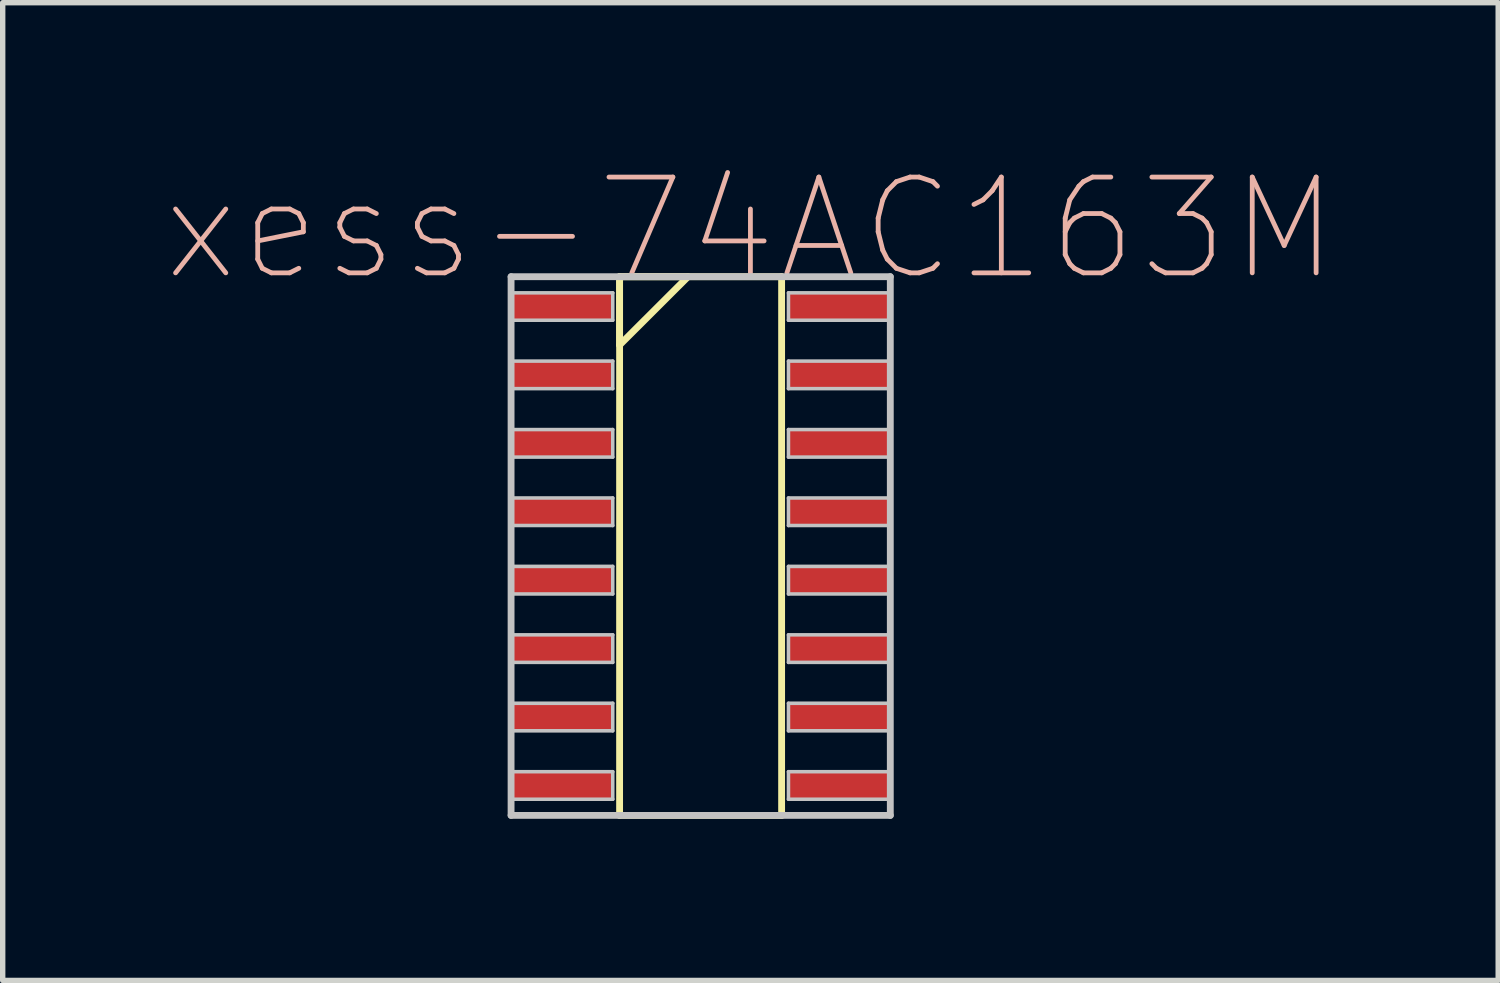
<source format=kicad_pcb>
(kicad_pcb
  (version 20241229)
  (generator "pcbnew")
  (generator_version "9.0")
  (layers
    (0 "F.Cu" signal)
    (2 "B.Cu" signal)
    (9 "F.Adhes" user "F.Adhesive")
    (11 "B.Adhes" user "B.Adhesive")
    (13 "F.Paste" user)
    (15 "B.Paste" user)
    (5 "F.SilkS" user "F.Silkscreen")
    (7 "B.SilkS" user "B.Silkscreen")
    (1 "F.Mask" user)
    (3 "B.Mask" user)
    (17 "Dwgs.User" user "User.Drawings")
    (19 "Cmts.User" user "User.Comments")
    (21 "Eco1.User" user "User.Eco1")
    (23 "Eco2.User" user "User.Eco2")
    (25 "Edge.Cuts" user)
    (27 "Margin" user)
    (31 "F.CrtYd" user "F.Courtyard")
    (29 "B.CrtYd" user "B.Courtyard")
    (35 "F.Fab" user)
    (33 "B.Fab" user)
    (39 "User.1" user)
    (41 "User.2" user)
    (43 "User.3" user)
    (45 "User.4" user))
  (footprint "xess-74AC163M"
    (layer "F.Cu")
    (at 7.489 2.639)
    (property "Reference" "xess-74AC163M" (at 3.388 -1.443 0) (layer "B.SilkS") (effects (font (size 1.778 1.778) (thickness 0.089))))
    (attr smd)
    (fp_line (start 0.96 -0.554) (end 0.96 0.714) (stroke (width 0.127) (type solid)) (layer "F.SilkS"))
    (fp_line (start 0.96 -0.554) (end 0.96 9.444) (stroke (width 0.127) (type solid)) (layer "F.SilkS"))
    (fp_line (start 0.96 0.714) (end 2.23 -0.554) (stroke (width 0.127) (type solid)) (layer "F.SilkS"))
    (fp_line (start 0.96 9.444) (end 3.967 9.444) (stroke (width 0.127) (type solid)) (layer "F.SilkS"))
    (fp_line (start 2.23 -0.554) (end 0.96 -0.554) (stroke (width 0.127) (type solid)) (layer "F.SilkS"))
    (fp_line (start 3.967 -0.554) (end 0.96 -0.554) (stroke (width 0.127) (type solid)) (layer "F.SilkS"))
    (fp_line (start 3.967 9.444) (end 3.967 -0.554) (stroke (width 0.127) (type solid)) (layer "F.SilkS"))
    (fp_line (start -1.054 -0.554) (end -1.054 9.444) (stroke (width 0.127) (type solid)) (layer "Dwgs.User"))
    (fp_line (start -1.054 -0.254) (end 0.833 -0.254) (stroke (width 0.066) (type solid)) (layer "Dwgs.User"))
    (fp_line (start -1.054 0.254) (end -1.054 -0.254) (stroke (width 0.066) (type solid)) (layer "Dwgs.User"))
    (fp_line (start -1.054 0.254) (end 0.833 0.254) (stroke (width 0.066) (type solid)) (layer "Dwgs.User"))
    (fp_line (start -1.054 1.013) (end 0.833 1.013) (stroke (width 0.066) (type solid)) (layer "Dwgs.User"))
    (fp_line (start -1.054 1.524) (end -1.054 1.013) (stroke (width 0.066) (type solid)) (layer "Dwgs.User"))
    (fp_line (start -1.054 1.524) (end 0.833 1.524) (stroke (width 0.066) (type solid)) (layer "Dwgs.User"))
    (fp_line (start -1.054 2.283) (end 0.833 2.283) (stroke (width 0.066) (type solid)) (layer "Dwgs.User"))
    (fp_line (start -1.054 2.794) (end -1.054 2.283) (stroke (width 0.066) (type solid)) (layer "Dwgs.User"))
    (fp_line (start -1.054 2.794) (end 0.833 2.794) (stroke (width 0.066) (type solid)) (layer "Dwgs.User"))
    (fp_line (start -1.054 3.553) (end 0.833 3.553) (stroke (width 0.066) (type solid)) (layer "Dwgs.User"))
    (fp_line (start -1.054 4.064) (end -1.054 3.553) (stroke (width 0.066) (type solid)) (layer "Dwgs.User"))
    (fp_line (start -1.054 4.064) (end 0.833 4.064) (stroke (width 0.066) (type solid)) (layer "Dwgs.User"))
    (fp_line (start -1.054 4.823) (end 0.833 4.823) (stroke (width 0.066) (type solid)) (layer "Dwgs.User"))
    (fp_line (start -1.054 5.334) (end -1.054 4.823) (stroke (width 0.066) (type solid)) (layer "Dwgs.User"))
    (fp_line (start -1.054 5.334) (end 0.833 5.334) (stroke (width 0.066) (type solid)) (layer "Dwgs.User"))
    (fp_line (start -1.054 6.093) (end 0.833 6.093) (stroke (width 0.066) (type solid)) (layer "Dwgs.User"))
    (fp_line (start -1.054 6.604) (end -1.054 6.093) (stroke (width 0.066) (type solid)) (layer "Dwgs.User"))
    (fp_line (start -1.054 6.604) (end 0.833 6.604) (stroke (width 0.066) (type solid)) (layer "Dwgs.User"))
    (fp_line (start -1.054 7.363) (end 0.833 7.363) (stroke (width 0.066) (type solid)) (layer "Dwgs.User"))
    (fp_line (start -1.054 7.874) (end -1.054 7.363) (stroke (width 0.066) (type solid)) (layer "Dwgs.User"))
    (fp_line (start -1.054 7.874) (end 0.833 7.874) (stroke (width 0.066) (type solid)) (layer "Dwgs.User"))
    (fp_line (start -1.054 8.633) (end 0.833 8.633) (stroke (width 0.066) (type solid)) (layer "Dwgs.User"))
    (fp_line (start -1.054 9.144) (end -1.054 8.633) (stroke (width 0.066) (type solid)) (layer "Dwgs.User"))
    (fp_line (start -1.054 9.144) (end 0.833 9.144) (stroke (width 0.066) (type solid)) (layer "Dwgs.User"))
    (fp_line (start -1.054 9.444) (end 5.984 9.444) (stroke (width 0.127) (type solid)) (layer "Dwgs.User"))
    (fp_line (start 0.833 0.254) (end 0.833 -0.254) (stroke (width 0.066) (type solid)) (layer "Dwgs.User"))
    (fp_line (start 0.833 1.524) (end 0.833 1.013) (stroke (width 0.066) (type solid)) (layer "Dwgs.User"))
    (fp_line (start 0.833 2.794) (end 0.833 2.283) (stroke (width 0.066) (type solid)) (layer "Dwgs.User"))
    (fp_line (start 0.833 4.064) (end 0.833 3.553) (stroke (width 0.066) (type solid)) (layer "Dwgs.User"))
    (fp_line (start 0.833 5.334) (end 0.833 4.823) (stroke (width 0.066) (type solid)) (layer "Dwgs.User"))
    (fp_line (start 0.833 6.604) (end 0.833 6.093) (stroke (width 0.066) (type solid)) (layer "Dwgs.User"))
    (fp_line (start 0.833 7.874) (end 0.833 7.363) (stroke (width 0.066) (type solid)) (layer "Dwgs.User"))
    (fp_line (start 0.833 9.144) (end 0.833 8.633) (stroke (width 0.066) (type solid)) (layer "Dwgs.User"))
    (fp_line (start 4.094 -0.254) (end 5.984 -0.254) (stroke (width 0.066) (type solid)) (layer "Dwgs.User"))
    (fp_line (start 4.094 0.254) (end 4.094 -0.254) (stroke (width 0.066) (type solid)) (layer "Dwgs.User"))
    (fp_line (start 4.094 0.254) (end 5.984 0.254) (stroke (width 0.066) (type solid)) (layer "Dwgs.User"))
    (fp_line (start 4.094 1.013) (end 5.984 1.013) (stroke (width 0.066) (type solid)) (layer "Dwgs.User"))
    (fp_line (start 4.094 1.524) (end 4.094 1.013) (stroke (width 0.066) (type solid)) (layer "Dwgs.User"))
    (fp_line (start 4.094 1.524) (end 5.984 1.524) (stroke (width 0.066) (type solid)) (layer "Dwgs.User"))
    (fp_line (start 4.094 2.283) (end 5.984 2.283) (stroke (width 0.066) (type solid)) (layer "Dwgs.User"))
    (fp_line (start 4.094 2.794) (end 4.094 2.283) (stroke (width 0.066) (type solid)) (layer "Dwgs.User"))
    (fp_line (start 4.094 2.794) (end 5.984 2.794) (stroke (width 0.066) (type solid)) (layer "Dwgs.User"))
    (fp_line (start 4.094 3.553) (end 5.984 3.553) (stroke (width 0.066) (type solid)) (layer "Dwgs.User"))
    (fp_line (start 4.094 4.064) (end 4.094 3.553) (stroke (width 0.066) (type solid)) (layer "Dwgs.User"))
    (fp_line (start 4.094 4.064) (end 5.984 4.064) (stroke (width 0.066) (type solid)) (layer "Dwgs.User"))
    (fp_line (start 4.094 4.823) (end 5.984 4.823) (stroke (width 0.066) (type solid)) (layer "Dwgs.User"))
    (fp_line (start 4.094 5.334) (end 4.094 4.823) (stroke (width 0.066) (type solid)) (layer "Dwgs.User"))
    (fp_line (start 4.094 5.334) (end 5.984 5.334) (stroke (width 0.066) (type solid)) (layer "Dwgs.User"))
    (fp_line (start 4.094 6.093) (end 5.984 6.093) (stroke (width 0.066) (type solid)) (layer "Dwgs.User"))
    (fp_line (start 4.094 6.604) (end 4.094 6.093) (stroke (width 0.066) (type solid)) (layer "Dwgs.User"))
    (fp_line (start 4.094 6.604) (end 5.984 6.604) (stroke (width 0.066) (type solid)) (layer "Dwgs.User"))
    (fp_line (start 4.094 7.363) (end 5.984 7.363) (stroke (width 0.066) (type solid)) (layer "Dwgs.User"))
    (fp_line (start 4.094 7.874) (end 4.094 7.363) (stroke (width 0.066) (type solid)) (layer "Dwgs.User"))
    (fp_line (start 4.094 7.874) (end 5.984 7.874) (stroke (width 0.066) (type solid)) (layer "Dwgs.User"))
    (fp_line (start 4.094 8.633) (end 5.984 8.633) (stroke (width 0.066) (type solid)) (layer "Dwgs.User"))
    (fp_line (start 4.094 9.144) (end 4.094 8.633) (stroke (width 0.066) (type solid)) (layer "Dwgs.User"))
    (fp_line (start 4.094 9.144) (end 5.984 9.144) (stroke (width 0.066) (type solid)) (layer "Dwgs.User"))
    (fp_line (start 5.984 -0.554) (end -1.054 -0.554) (stroke (width 0.127) (type solid)) (layer "Dwgs.User"))
    (fp_line (start 5.984 0.254) (end 5.984 -0.254) (stroke (width 0.066) (type solid)) (layer "Dwgs.User"))
    (fp_line (start 5.984 1.524) (end 5.984 1.013) (stroke (width 0.066) (type solid)) (layer "Dwgs.User"))
    (fp_line (start 5.984 2.794) (end 5.984 2.283) (stroke (width 0.066) (type solid)) (layer "Dwgs.User"))
    (fp_line (start 5.984 4.064) (end 5.984 3.553) (stroke (width 0.066) (type solid)) (layer "Dwgs.User"))
    (fp_line (start 5.984 5.334) (end 5.984 4.823) (stroke (width 0.066) (type solid)) (layer "Dwgs.User"))
    (fp_line (start 5.984 6.604) (end 5.984 6.093) (stroke (width 0.066) (type solid)) (layer "Dwgs.User"))
    (fp_line (start 5.984 7.874) (end 5.984 7.363) (stroke (width 0.066) (type solid)) (layer "Dwgs.User"))
    (fp_line (start 5.984 9.144) (end 5.984 8.633) (stroke (width 0.066) (type solid)) (layer "Dwgs.User"))
    (fp_line (start 5.984 9.444) (end 5.984 -0.554) (stroke (width 0.127) (type solid)) (layer "Dwgs.User"))
    (pad "1" smd rect (at -0.109 0) (size 1.89 0.508) (layers "F.Cu" "F.Mask" "F.Paste"))
    (pad "2" smd rect (at -0.109 1.27) (size 1.89 0.508) (layers "F.Cu" "F.Mask" "F.Paste"))
    (pad "3" smd rect (at -0.109 2.54) (size 1.89 0.508) (layers "F.Cu" "F.Mask" "F.Paste"))
    (pad "4" smd rect (at -0.109 3.81) (size 1.89 0.508) (layers "F.Cu" "F.Mask" "F.Paste"))
    (pad "5" smd rect (at -0.109 5.08) (size 1.89 0.508) (layers "F.Cu" "F.Mask" "F.Paste"))
    (pad "6" smd rect (at -0.109 6.35) (size 1.89 0.508) (layers "F.Cu" "F.Mask" "F.Paste"))
    (pad "7" smd rect (at -0.109 7.62) (size 1.89 0.508) (layers "F.Cu" "F.Mask" "F.Paste"))
    (pad "8" smd rect (at -0.109 8.89) (size 1.89 0.508) (layers "F.Cu" "F.Mask" "F.Paste"))
    (pad "9" smd rect (at 5.039 8.89) (size 1.89 0.508) (layers "F.Cu" "F.Mask" "F.Paste"))
    (pad "10" smd rect (at 5.039 7.62) (size 1.89 0.508) (layers "F.Cu" "F.Mask" "F.Paste"))
    (pad "11" smd rect (at 5.039 6.35) (size 1.89 0.508) (layers "F.Cu" "F.Mask" "F.Paste"))
    (pad "12" smd rect (at 5.039 5.08) (size 1.89 0.508) (layers "F.Cu" "F.Mask" "F.Paste"))
    (pad "13" smd rect (at 5.039 3.81) (size 1.89 0.508) (layers "F.Cu" "F.Mask" "F.Paste"))
    (pad "14" smd rect (at 5.039 2.54) (size 1.89 0.508) (layers "F.Cu" "F.Mask" "F.Paste"))
    (pad "15" smd rect (at 5.039 1.27) (size 1.89 0.508) (layers "F.Cu" "F.Mask" "F.Paste"))
    (pad "16" smd rect (at 5.039 0) (size 1.89 0.508) (layers "F.Cu" "F.Mask" "F.Paste")))
  (gr_rect
    (start -3 -3)
    (end 24.755 15.146)
    (stroke (width 0.1) (type default))
    (fill no)
    (layer "Edge.Cuts")))
</source>
